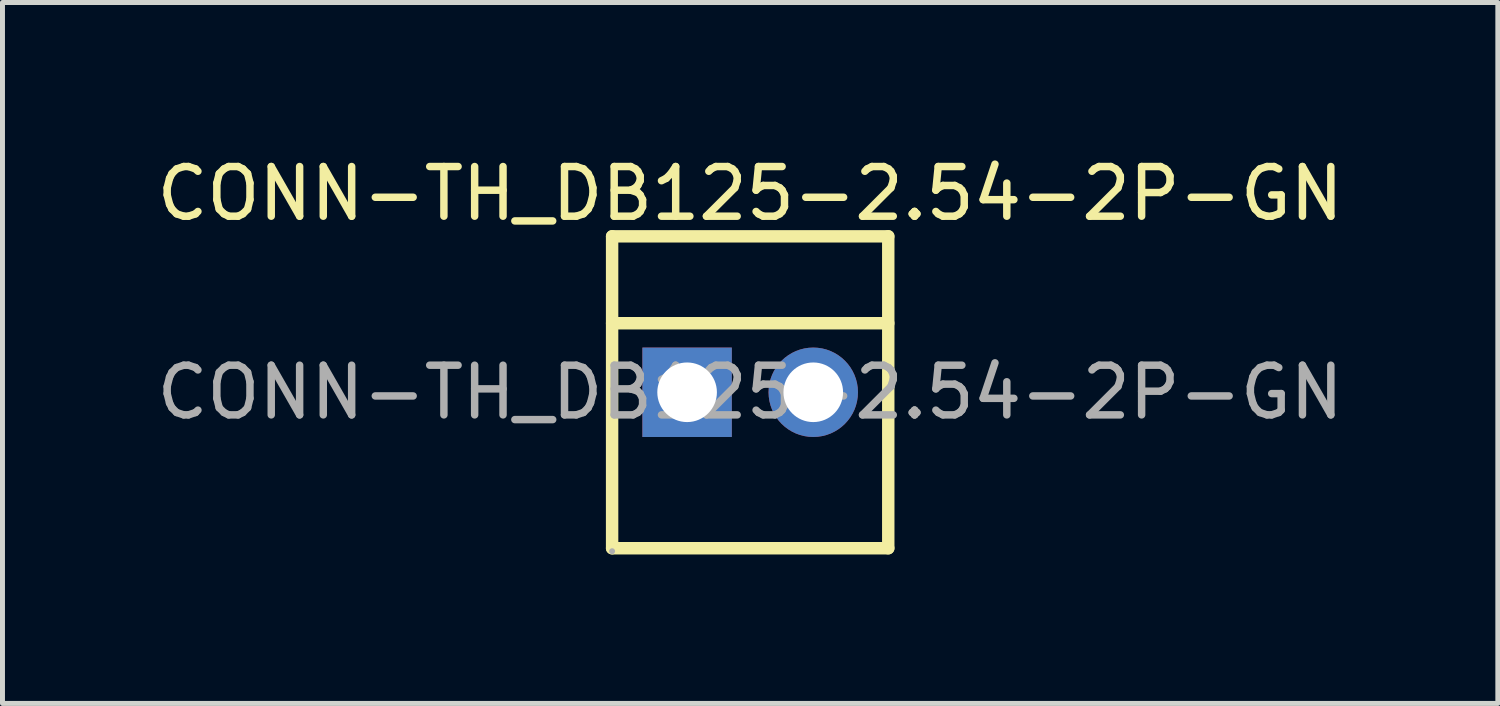
<source format=kicad_pcb>
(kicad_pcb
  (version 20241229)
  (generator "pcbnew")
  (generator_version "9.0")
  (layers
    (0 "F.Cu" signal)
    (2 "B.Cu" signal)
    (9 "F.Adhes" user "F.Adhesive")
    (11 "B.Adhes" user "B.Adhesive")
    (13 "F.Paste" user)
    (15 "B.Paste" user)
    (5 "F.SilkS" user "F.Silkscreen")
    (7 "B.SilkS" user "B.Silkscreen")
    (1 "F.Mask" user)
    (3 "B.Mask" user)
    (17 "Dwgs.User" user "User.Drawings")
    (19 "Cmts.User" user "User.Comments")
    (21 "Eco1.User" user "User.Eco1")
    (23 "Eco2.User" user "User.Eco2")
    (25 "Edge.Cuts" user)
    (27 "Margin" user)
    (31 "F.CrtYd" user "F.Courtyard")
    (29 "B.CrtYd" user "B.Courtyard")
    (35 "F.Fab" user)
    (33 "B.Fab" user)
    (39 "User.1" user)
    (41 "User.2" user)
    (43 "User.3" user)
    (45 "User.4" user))
  (footprint "CONN-TH_DB125-2.54-2P-GN"
    (layer "F.Cu")
    (at 12.054 4.848)
    (property "Reference" "CONN-TH_DB125-2.54-2P-GN" (at 0 -4 0) (layer "F.SilkS") (effects (font (size 1 1) (thickness 0.15))))
    (attr through_hole)
    (fp_line (start -2.78 -3.14) (end -2.78 3.14) (stroke (width 0.25) (type solid)) (layer "F.SilkS"))
    (fp_line (start 2.78 -3.14) (end -2.78 -3.14) (stroke (width 0.25) (type solid)) (layer "F.SilkS"))
    (fp_line (start 2.78 -3.14) (end 2.78 3.14) (stroke (width 0.25) (type solid)) (layer "F.SilkS"))
    (fp_line (start 2.78 -1.39) (end -2.78 -1.39) (stroke (width 0.25) (type solid)) (layer "F.SilkS"))
    (fp_line (start 2.78 3.14) (end -2.78 3.14) (stroke (width 0.25) (type solid)) (layer "F.SilkS"))
    (fp_circle (center -2.78 3.2) (end -2.75 3.2) (stroke (width 0.06) (type solid)) (fill no) (layer "F.Fab"))
    (fp_text user "${REFERENCE}" (at 0 0 0) (layer "F.Fab") (effects (font (size 1 1) (thickness 0.15))))
    (pad "1" thru_hole rect (at -1.27 0) (size 1.8 1.8) (drill 1.2) (layers "*.Cu" "*.Mask"))
    (pad "2" thru_hole circle (at 1.27 0) (size 1.8 1.8) (drill 1.2) (layers "*.Cu" "*.Mask")))
  (gr_rect
    (start -3 -3)
    (end 27.107 11.113)
    (stroke (width 0.1) (type default))
    (fill no)
    (layer "Edge.Cuts")))
</source>
